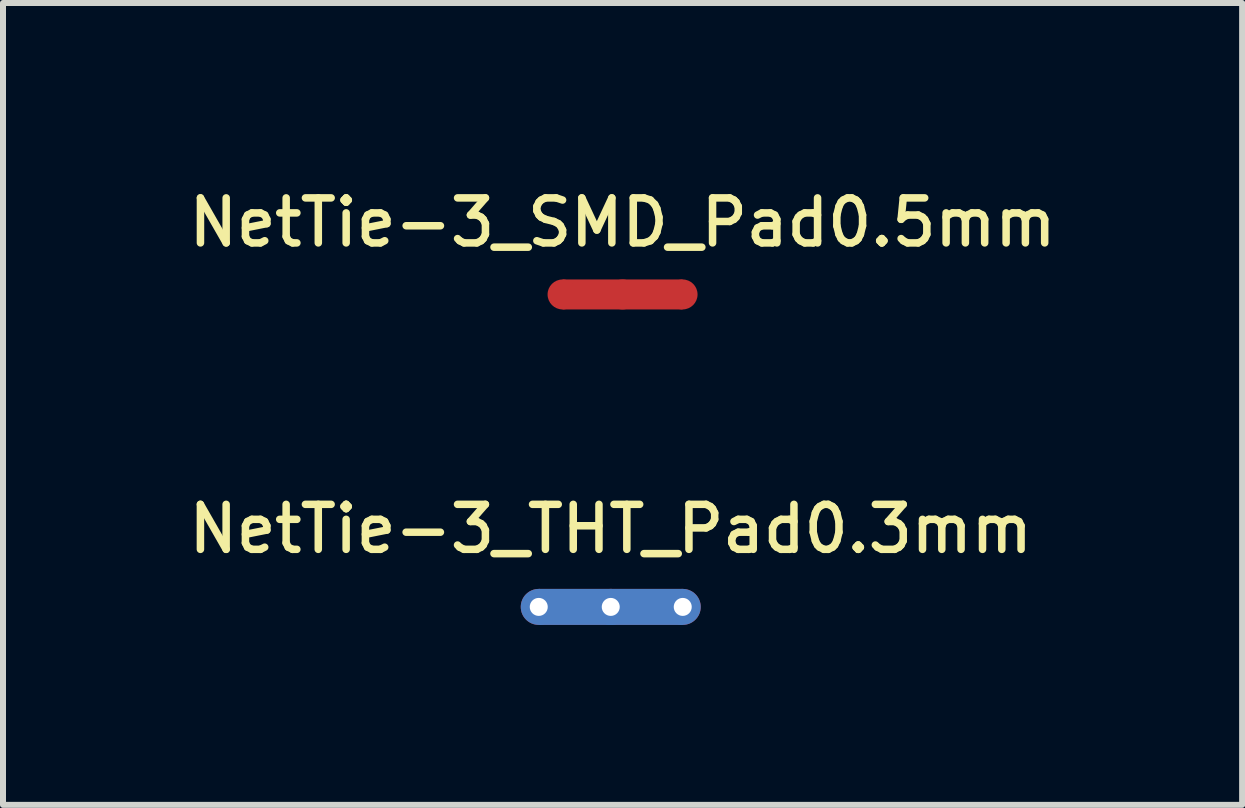
<source format=kicad_pcb>
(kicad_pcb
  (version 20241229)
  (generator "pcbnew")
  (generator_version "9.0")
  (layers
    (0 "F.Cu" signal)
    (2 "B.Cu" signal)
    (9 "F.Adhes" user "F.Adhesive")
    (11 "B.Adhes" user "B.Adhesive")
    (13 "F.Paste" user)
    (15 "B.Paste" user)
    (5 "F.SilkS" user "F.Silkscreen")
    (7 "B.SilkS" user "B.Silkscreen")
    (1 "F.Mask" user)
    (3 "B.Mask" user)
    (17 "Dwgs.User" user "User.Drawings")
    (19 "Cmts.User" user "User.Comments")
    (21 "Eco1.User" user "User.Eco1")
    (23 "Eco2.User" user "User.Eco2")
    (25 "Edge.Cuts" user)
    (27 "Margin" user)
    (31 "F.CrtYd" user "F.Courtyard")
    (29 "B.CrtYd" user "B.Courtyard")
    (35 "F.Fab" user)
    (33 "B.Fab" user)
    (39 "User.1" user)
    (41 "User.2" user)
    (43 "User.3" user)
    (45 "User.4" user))
  (footprint "NetTie-3_THT_Pad0.3mm"
    (layer "F.Cu")
    (at 5.93 7.066)
    (property "Reference" "NetTie-3_THT_Pad0.3mm" (at 1.2 -1.3 0) (layer "F.SilkS") (effects (font (size 0.75 0.75) (thickness 0.125))))
    (attr exclude_from_pos_files exclude_from_bom allow_missing_courtyard)
    (fp_poly (pts (xy 0 -0.3) (xy 2.4 -0.3) (xy 2.4 0.3) (xy 0 0.3)) (stroke (width 0) (type solid)) (fill yes) (layer "F.Cu"))
    (fp_poly (pts (xy 0 -0.3) (xy 2.4 -0.3) (xy 2.4 0.3) (xy 0 0.3)) (stroke (width 0) (type solid)) (fill yes) (layer "B.Cu"))
    (pad "1" thru_hole circle (at 0 0) (size 0.6 0.6) (drill 0.3) (layers "*.Cu"))
    (pad "2" thru_hole circle (at 1.2 0) (size 0.6 0.6) (drill 0.3) (layers "*.Cu"))
    (pad "3" thru_hole circle (at 2.4 0) (size 0.6 0.6) (drill 0.3) (layers "*.Cu")))
  (footprint "NetTie-3_SMD_Pad0.5mm"
    (layer "F.Cu")
    (at 7.327 1.858)
    (property "Reference" "NetTie-3_SMD_Pad0.5mm" (at 0 -1.2 0) (layer "F.SilkS") (effects (font (size 0.75 0.75) (thickness 0.125))))
    (attr exclude_from_pos_files exclude_from_bom allow_missing_courtyard)
    (fp_poly (pts (xy -1 -0.25) (xy 1 -0.25) (xy 1 0.25) (xy -1 0.25)) (stroke (width 0) (type solid)) (fill yes) (layer "F.Cu"))
    (pad "1" smd circle (at -1 0) (size 0.5 0.5) (layers "F.Cu"))
    (pad "2" smd circle (at 0 0) (size 0.5 0.5) (layers "F.Cu"))
    (pad "3" smd circle (at 1 0) (size 0.5 0.5) (layers "F.Cu")))
  (gr_rect
    (start -3 -3)
    (end 17.654 10.366)
    (stroke (width 0.1) (type default))
    (fill no)
    (layer "Edge.Cuts")))
</source>
